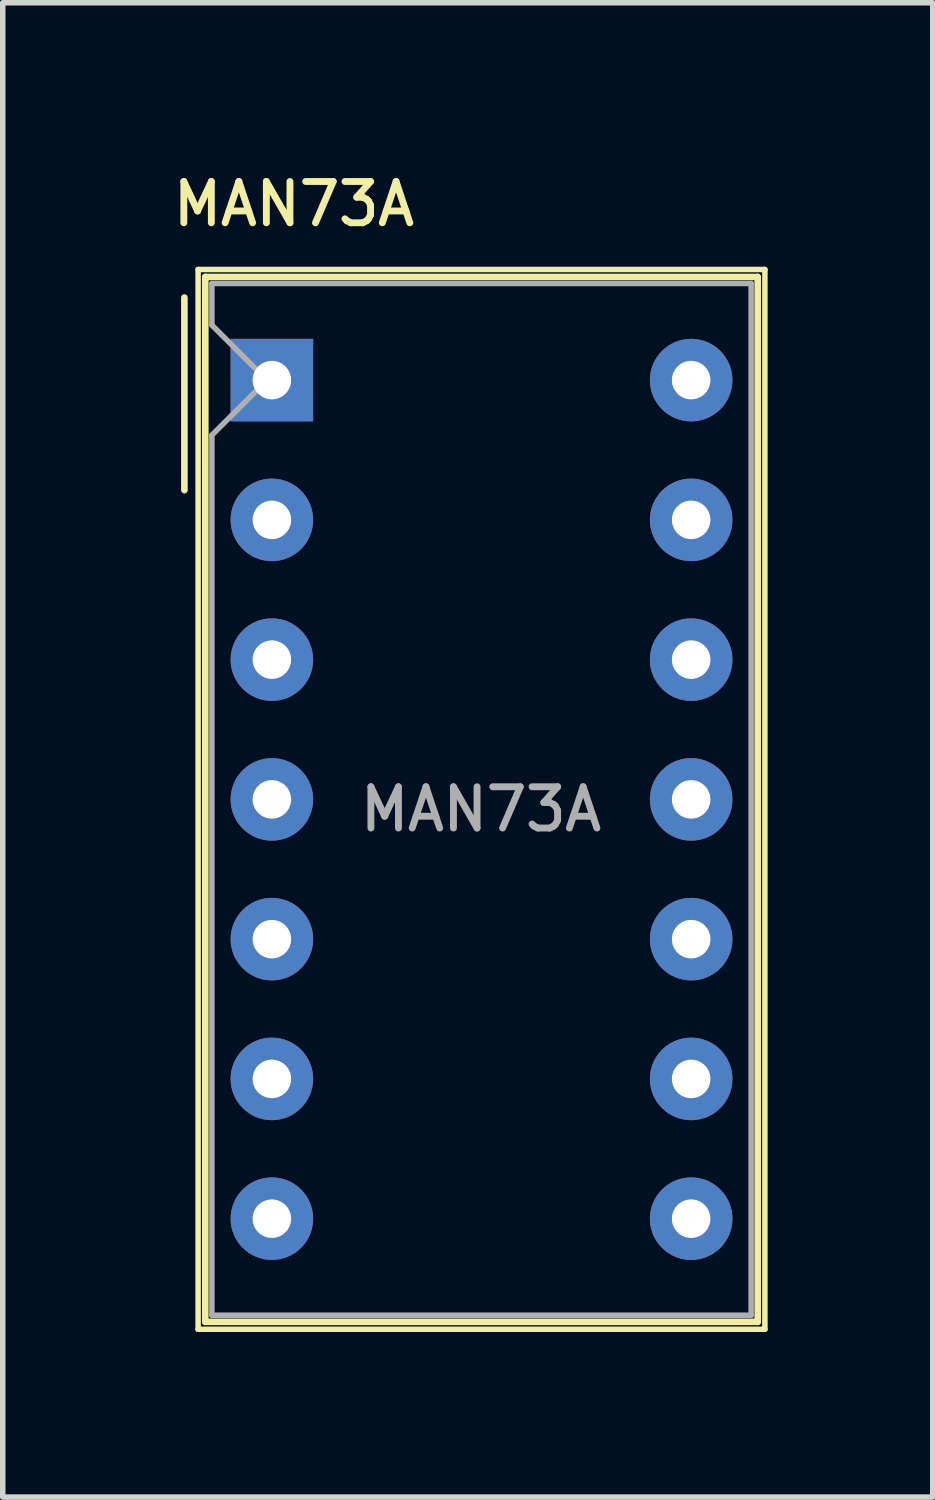
<source format=kicad_pcb>
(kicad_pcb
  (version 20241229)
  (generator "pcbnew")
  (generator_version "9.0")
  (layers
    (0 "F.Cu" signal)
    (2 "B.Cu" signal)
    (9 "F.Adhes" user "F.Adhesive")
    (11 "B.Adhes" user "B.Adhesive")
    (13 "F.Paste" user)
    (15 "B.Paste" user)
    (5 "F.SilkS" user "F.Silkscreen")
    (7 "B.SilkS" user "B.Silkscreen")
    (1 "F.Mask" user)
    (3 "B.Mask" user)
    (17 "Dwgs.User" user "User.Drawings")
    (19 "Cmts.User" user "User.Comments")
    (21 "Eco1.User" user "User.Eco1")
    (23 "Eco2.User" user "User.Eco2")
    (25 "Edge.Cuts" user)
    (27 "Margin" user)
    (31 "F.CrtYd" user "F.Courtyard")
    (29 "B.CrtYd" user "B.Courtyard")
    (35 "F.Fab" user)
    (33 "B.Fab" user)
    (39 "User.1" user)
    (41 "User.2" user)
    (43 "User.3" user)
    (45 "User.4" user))
  (footprint "MAN73A"
    (layer "F.Cu")
    (at 1.891 3.858)
    (property "Reference" "MAN73A" (at 0.4 -3.2 0) (layer "F.SilkS") (effects (font (size 0.75 0.75) (thickness 0.125))))
    (attr through_hole)
    (fp_line (start -1.59 -1.5) (end -1.59 2) (stroke (width 0.12) (type solid)) (layer "F.SilkS"))
    (fp_line (start -1.34 -2.01) (end 8.96 -2.01) (stroke (width 0.1) (type solid)) (layer "F.SilkS"))
    (fp_line (start -1.34 17.25) (end -1.34 -2.01) (stroke (width 0.1) (type solid)) (layer "F.SilkS"))
    (fp_line (start -1.21 -1.875) (end 8.83 -1.875) (stroke (width 0.12) (type solid)) (layer "F.SilkS"))
    (fp_line (start -1.21 17.115) (end -1.21 -1.875) (stroke (width 0.12) (type solid)) (layer "F.SilkS"))
    (fp_line (start 8.83 -1.875) (end 8.83 17.115) (stroke (width 0.12) (type solid)) (layer "F.SilkS"))
    (fp_line (start 8.83 17.115) (end -1.21 17.115) (stroke (width 0.12) (type solid)) (layer "F.SilkS"))
    (fp_line (start 8.96 -2.01) (end 8.96 17.25) (stroke (width 0.1) (type solid)) (layer "F.SilkS"))
    (fp_line (start 8.96 17.25) (end -1.34 17.25) (stroke (width 0.1) (type solid)) (layer "F.SilkS"))
    (fp_line (start -1.09 -1.755) (end 8.71 -1.755) (stroke (width 0.1) (type solid)) (layer "F.Fab"))
    (fp_line (start -1.09 -1) (end -1.09 -1.755) (stroke (width 0.1) (type solid)) (layer "F.Fab"))
    (fp_line (start -1.09 1) (end -0.09 0) (stroke (width 0.1) (type solid)) (layer "F.Fab"))
    (fp_line (start -1.09 16.995) (end -1.09 1) (stroke (width 0.1) (type solid)) (layer "F.Fab"))
    (fp_line (start -0.09 0) (end -1.09 -1) (stroke (width 0.1) (type solid)) (layer "F.Fab"))
    (fp_line (start 8.71 -1.755) (end 8.71 16.995) (stroke (width 0.1) (type solid)) (layer "F.Fab"))
    (fp_line (start 8.71 16.995) (end -1.09 16.995) (stroke (width 0.1) (type solid)) (layer "F.Fab"))
    (fp_text user "${REFERENCE}" (at 3.8 7.8 0) (layer "F.Fab") (effects (font (size 0.75 0.75) (thickness 0.125))))
    (pad "1" thru_hole rect (at 0 0) (size 1.5 1.5) (drill 0.7) (layers "*.Cu" "*.Mask"))
    (pad "2" thru_hole circle (at 0 2.54) (size 1.5 1.5) (drill 0.7) (layers "*.Cu" "*.Mask"))
    (pad "3" thru_hole circle (at 0 5.08) (size 1.5 1.5) (drill 0.7) (layers "*.Cu" "*.Mask"))
    (pad "4" thru_hole circle (at 0 7.62) (size 1.5 1.5) (drill 0.7) (layers "*.Cu" "*.Mask"))
    (pad "5" thru_hole circle (at 0 10.16) (size 1.5 1.5) (drill 0.7) (layers "*.Cu" "*.Mask"))
    (pad "6" thru_hole circle (at 0 12.7) (size 1.5 1.5) (drill 0.7) (layers "*.Cu" "*.Mask"))
    (pad "7" thru_hole circle (at 0 15.24) (size 1.5 1.5) (drill 0.7) (layers "*.Cu" "*.Mask"))
    (pad "8" thru_hole circle (at 7.62 15.24) (size 1.5 1.5) (drill 0.7) (layers "*.Cu" "*.Mask"))
    (pad "9" thru_hole circle (at 7.62 12.7) (size 1.5 1.5) (drill 0.7) (layers "*.Cu" "*.Mask"))
    (pad "10" thru_hole circle (at 7.62 10.16) (size 1.5 1.5) (drill 0.7) (layers "*.Cu" "*.Mask"))
    (pad "11" thru_hole circle (at 7.62 7.62) (size 1.5 1.5) (drill 0.7) (layers "*.Cu" "*.Mask"))
    (pad "12" thru_hole circle (at 7.62 5.08) (size 1.5 1.5) (drill 0.7) (layers "*.Cu" "*.Mask"))
    (pad "13" thru_hole circle (at 7.62 2.54) (size 1.5 1.5) (drill 0.7) (layers "*.Cu" "*.Mask"))
    (pad "14" thru_hole circle (at 7.62 0) (size 1.5 1.5) (drill 0.7) (layers "*.Cu" "*.Mask")))
  (gr_rect
    (start -3 -3)
    (end 13.901 24.158)
    (stroke (width 0.1) (type default))
    (fill no)
    (layer "Edge.Cuts")))
</source>
